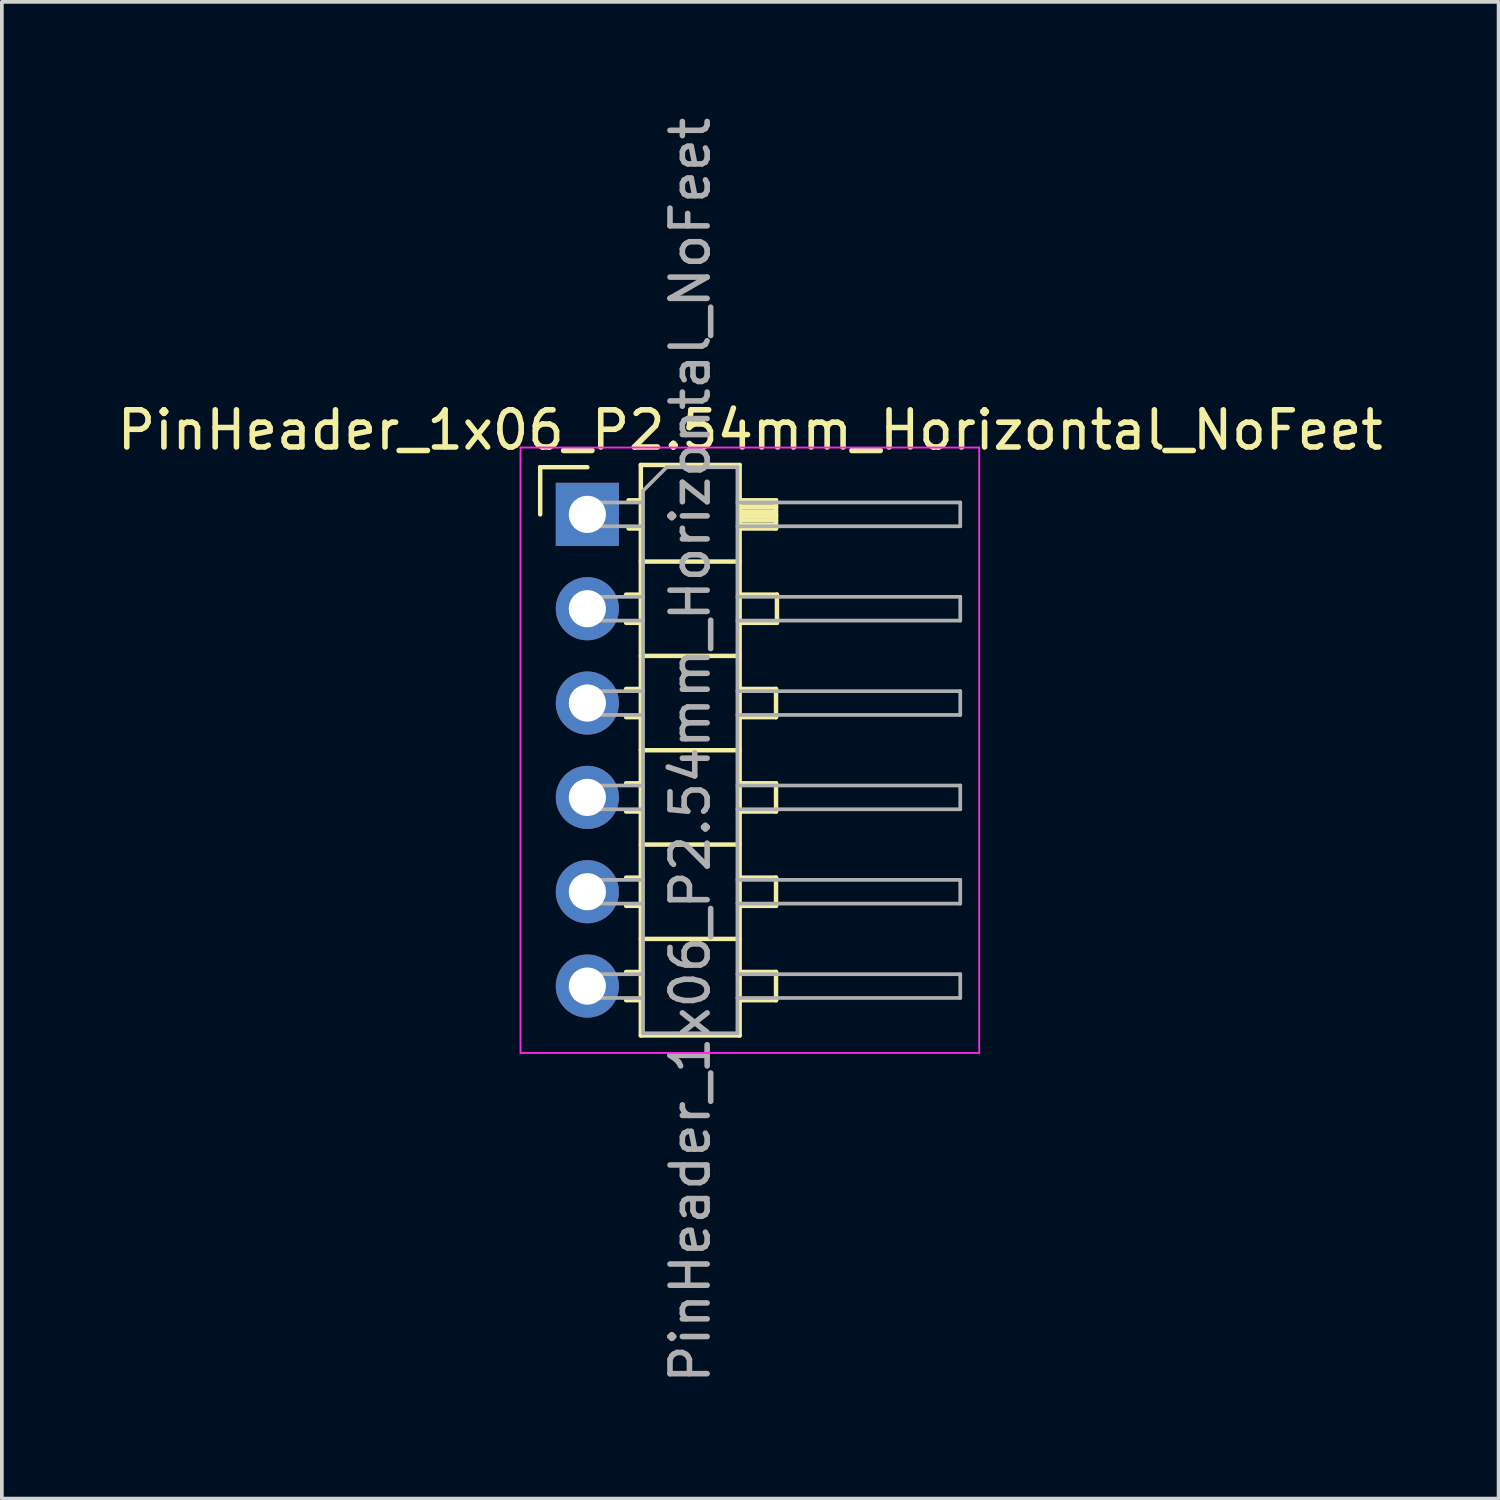
<source format=kicad_pcb>
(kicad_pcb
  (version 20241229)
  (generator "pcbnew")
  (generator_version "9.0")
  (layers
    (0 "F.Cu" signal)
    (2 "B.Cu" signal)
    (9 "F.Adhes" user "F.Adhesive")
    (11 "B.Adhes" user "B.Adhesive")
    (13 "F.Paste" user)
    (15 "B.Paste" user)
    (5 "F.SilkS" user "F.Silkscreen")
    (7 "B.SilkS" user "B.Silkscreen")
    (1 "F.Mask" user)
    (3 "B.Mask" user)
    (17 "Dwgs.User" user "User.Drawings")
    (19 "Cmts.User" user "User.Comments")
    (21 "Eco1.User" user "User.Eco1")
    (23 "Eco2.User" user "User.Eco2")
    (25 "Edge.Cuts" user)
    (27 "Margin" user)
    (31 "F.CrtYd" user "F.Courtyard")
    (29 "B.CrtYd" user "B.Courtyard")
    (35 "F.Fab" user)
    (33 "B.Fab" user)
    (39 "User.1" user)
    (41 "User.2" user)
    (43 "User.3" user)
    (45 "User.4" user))
  (footprint "PinHeader_1x06_P2.54mm_Horizontal_NoFeet"
    (layer "F.Cu")
    (at 12.764 10.799)
    (property "Reference" "PinHeader_1x06_P2.54mm_Horizontal_NoFeet" (at 4.385 -2.27 0) (layer "F.SilkS") (effects (font (size 1 1) (thickness 0.15))))
    (attr through_hole)
    (fp_line (start -1.27 -1.27) (end 0 -1.27) (stroke (width 0.12) (type solid)) (layer "F.SilkS"))
    (fp_line (start -1.27 0) (end -1.27 -1.27) (stroke (width 0.12) (type solid)) (layer "F.SilkS"))
    (fp_line (start 1.043 2.16) (end 1.44 2.16) (stroke (width 0.12) (type solid)) (layer "F.SilkS"))
    (fp_line (start 1.043 2.92) (end 1.44 2.92) (stroke (width 0.12) (type solid)) (layer "F.SilkS"))
    (fp_line (start 1.043 4.7) (end 1.44 4.7) (stroke (width 0.12) (type solid)) (layer "F.SilkS"))
    (fp_line (start 1.043 5.46) (end 1.44 5.46) (stroke (width 0.12) (type solid)) (layer "F.SilkS"))
    (fp_line (start 1.043 7.24) (end 1.44 7.24) (stroke (width 0.12) (type solid)) (layer "F.SilkS"))
    (fp_line (start 1.043 8) (end 1.44 8) (stroke (width 0.12) (type solid)) (layer "F.SilkS"))
    (fp_line (start 1.043 9.78) (end 1.44 9.78) (stroke (width 0.12) (type solid)) (layer "F.SilkS"))
    (fp_line (start 1.043 10.54) (end 1.44 10.54) (stroke (width 0.12) (type solid)) (layer "F.SilkS"))
    (fp_line (start 1.043 12.32) (end 1.44 12.32) (stroke (width 0.12) (type solid)) (layer "F.SilkS"))
    (fp_line (start 1.043 13.08) (end 1.44 13.08) (stroke (width 0.12) (type solid)) (layer "F.SilkS"))
    (fp_line (start 1.11 -0.38) (end 1.44 -0.38) (stroke (width 0.12) (type solid)) (layer "F.SilkS"))
    (fp_line (start 1.11 0.38) (end 1.44 0.38) (stroke (width 0.12) (type solid)) (layer "F.SilkS"))
    (fp_line (start 1.44 -1.33) (end 1.44 14.03) (stroke (width 0.12) (type solid)) (layer "F.SilkS"))
    (fp_line (start 1.44 1.27) (end 4.1 1.27) (stroke (width 0.12) (type solid)) (layer "F.SilkS"))
    (fp_line (start 1.44 3.81) (end 4.1 3.81) (stroke (width 0.12) (type solid)) (layer "F.SilkS"))
    (fp_line (start 1.44 6.35) (end 4.1 6.35) (stroke (width 0.12) (type solid)) (layer "F.SilkS"))
    (fp_line (start 1.44 8.89) (end 4.1 8.89) (stroke (width 0.12) (type solid)) (layer "F.SilkS"))
    (fp_line (start 1.44 11.43) (end 4.1 11.43) (stroke (width 0.12) (type solid)) (layer "F.SilkS"))
    (fp_line (start 1.44 14.03) (end 4.1 14.03) (stroke (width 0.12) (type solid)) (layer "F.SilkS"))
    (fp_line (start 4.1 -1.33) (end 1.44 -1.33) (stroke (width 0.12) (type solid)) (layer "F.SilkS"))
    (fp_line (start 4.1 -0.38) (end 5.08 -0.38) (stroke (width 0.12) (type solid)) (layer "F.SilkS"))
    (fp_line (start 4.1 -0.32) (end 5.08 -0.32) (stroke (width 0.12) (type solid)) (layer "F.SilkS"))
    (fp_line (start 4.1 -0.2) (end 5.08 -0.2) (stroke (width 0.12) (type solid)) (layer "F.SilkS"))
    (fp_line (start 4.1 -0.08) (end 5.08 -0.08) (stroke (width 0.12) (type solid)) (layer "F.SilkS"))
    (fp_line (start 4.1 0.051) (end 5.08 0.051) (stroke (width 0.12) (type solid)) (layer "F.SilkS"))
    (fp_line (start 4.1 0.16) (end 5.08 0.16) (stroke (width 0.12) (type solid)) (layer "F.SilkS"))
    (fp_line (start 4.1 0.28) (end 5.08 0.279) (stroke (width 0.12) (type solid)) (layer "F.SilkS"))
    (fp_line (start 4.1 2.16) (end 5.105 2.16) (stroke (width 0.12) (type solid)) (layer "F.SilkS"))
    (fp_line (start 4.1 4.7) (end 5.08 4.7) (stroke (width 0.12) (type solid)) (layer "F.SilkS"))
    (fp_line (start 4.1 7.24) (end 5.08 7.24) (stroke (width 0.12) (type solid)) (layer "F.SilkS"))
    (fp_line (start 4.1 9.78) (end 5.08 9.78) (stroke (width 0.12) (type solid)) (layer "F.SilkS"))
    (fp_line (start 4.1 12.32) (end 5.08 12.32) (stroke (width 0.12) (type solid)) (layer "F.SilkS"))
    (fp_line (start 4.1 14.03) (end 4.1 -1.33) (stroke (width 0.12) (type solid)) (layer "F.SilkS"))
    (fp_line (start 4.115 0) (end 5.08 0) (stroke (width 0.12) (type solid)) (layer "F.SilkS"))
    (fp_line (start 5.08 -0.38) (end 5.08 0.38) (stroke (width 0.12) (type solid)) (layer "F.SilkS"))
    (fp_line (start 5.08 0.38) (end 4.1 0.38) (stroke (width 0.12) (type solid)) (layer "F.SilkS"))
    (fp_line (start 5.08 4.7) (end 5.08 5.46) (stroke (width 0.12) (type solid)) (layer "F.SilkS"))
    (fp_line (start 5.08 5.46) (end 4.1 5.46) (stroke (width 0.12) (type solid)) (layer "F.SilkS"))
    (fp_line (start 5.08 7.24) (end 5.08 8) (stroke (width 0.12) (type solid)) (layer "F.SilkS"))
    (fp_line (start 5.08 8) (end 4.1 8) (stroke (width 0.12) (type solid)) (layer "F.SilkS"))
    (fp_line (start 5.08 9.78) (end 5.08 10.54) (stroke (width 0.12) (type solid)) (layer "F.SilkS"))
    (fp_line (start 5.08 10.54) (end 4.1 10.54) (stroke (width 0.12) (type solid)) (layer "F.SilkS"))
    (fp_line (start 5.08 12.32) (end 5.08 13.08) (stroke (width 0.12) (type solid)) (layer "F.SilkS"))
    (fp_line (start 5.08 13.08) (end 4.1 13.08) (stroke (width 0.12) (type solid)) (layer "F.SilkS"))
    (fp_line (start 5.105 2.16) (end 5.105 2.92) (stroke (width 0.12) (type solid)) (layer "F.SilkS"))
    (fp_line (start 5.105 2.92) (end 4.1 2.92) (stroke (width 0.12) (type solid)) (layer "F.SilkS"))
    (fp_line (start -1.8 -1.8) (end -1.8 14.5) (stroke (width 0.05) (type solid)) (layer "F.CrtYd"))
    (fp_line (start -1.8 14.5) (end 10.55 14.5) (stroke (width 0.05) (type solid)) (layer "F.CrtYd"))
    (fp_line (start 10.55 -1.8) (end -1.8 -1.8) (stroke (width 0.05) (type solid)) (layer "F.CrtYd"))
    (fp_line (start 10.55 14.5) (end 10.55 -1.8) (stroke (width 0.05) (type solid)) (layer "F.CrtYd"))
    (fp_line (start -0.32 -0.32) (end -0.32 0.32) (stroke (width 0.1) (type solid)) (layer "F.Fab"))
    (fp_line (start -0.32 -0.32) (end 1.5 -0.32) (stroke (width 0.1) (type solid)) (layer "F.Fab"))
    (fp_line (start -0.32 0.32) (end 1.5 0.32) (stroke (width 0.1) (type solid)) (layer "F.Fab"))
    (fp_line (start -0.32 2.22) (end -0.32 2.86) (stroke (width 0.1) (type solid)) (layer "F.Fab"))
    (fp_line (start -0.32 2.22) (end 1.5 2.22) (stroke (width 0.1) (type solid)) (layer "F.Fab"))
    (fp_line (start -0.32 2.86) (end 1.5 2.86) (stroke (width 0.1) (type solid)) (layer "F.Fab"))
    (fp_line (start -0.32 4.76) (end -0.32 5.4) (stroke (width 0.1) (type solid)) (layer "F.Fab"))
    (fp_line (start -0.32 4.76) (end 1.5 4.76) (stroke (width 0.1) (type solid)) (layer "F.Fab"))
    (fp_line (start -0.32 5.4) (end 1.5 5.4) (stroke (width 0.1) (type solid)) (layer "F.Fab"))
    (fp_line (start -0.32 7.3) (end -0.32 7.94) (stroke (width 0.1) (type solid)) (layer "F.Fab"))
    (fp_line (start -0.32 7.3) (end 1.5 7.3) (stroke (width 0.1) (type solid)) (layer "F.Fab"))
    (fp_line (start -0.32 7.94) (end 1.5 7.94) (stroke (width 0.1) (type solid)) (layer "F.Fab"))
    (fp_line (start -0.32 9.84) (end -0.32 10.48) (stroke (width 0.1) (type solid)) (layer "F.Fab"))
    (fp_line (start -0.32 9.84) (end 1.5 9.84) (stroke (width 0.1) (type solid)) (layer "F.Fab"))
    (fp_line (start -0.32 10.48) (end 1.5 10.48) (stroke (width 0.1) (type solid)) (layer "F.Fab"))
    (fp_line (start -0.32 12.38) (end -0.32 13.02) (stroke (width 0.1) (type solid)) (layer "F.Fab"))
    (fp_line (start -0.32 12.38) (end 1.5 12.38) (stroke (width 0.1) (type solid)) (layer "F.Fab"))
    (fp_line (start -0.32 13.02) (end 1.5 13.02) (stroke (width 0.1) (type solid)) (layer "F.Fab"))
    (fp_line (start 1.5 -0.635) (end 2.135 -1.27) (stroke (width 0.1) (type solid)) (layer "F.Fab"))
    (fp_line (start 1.5 13.97) (end 1.5 -0.635) (stroke (width 0.1) (type solid)) (layer "F.Fab"))
    (fp_line (start 2.135 -1.27) (end 4.04 -1.27) (stroke (width 0.1) (type solid)) (layer "F.Fab"))
    (fp_line (start 4.04 -1.27) (end 4.04 13.97) (stroke (width 0.1) (type solid)) (layer "F.Fab"))
    (fp_line (start 4.04 -0.32) (end 10.04 -0.32) (stroke (width 0.1) (type solid)) (layer "F.Fab"))
    (fp_line (start 4.04 0.32) (end 10.04 0.32) (stroke (width 0.1) (type solid)) (layer "F.Fab"))
    (fp_line (start 4.04 2.22) (end 10.04 2.22) (stroke (width 0.1) (type solid)) (layer "F.Fab"))
    (fp_line (start 4.04 2.86) (end 10.04 2.86) (stroke (width 0.1) (type solid)) (layer "F.Fab"))
    (fp_line (start 4.04 4.76) (end 10.04 4.76) (stroke (width 0.1) (type solid)) (layer "F.Fab"))
    (fp_line (start 4.04 5.4) (end 10.04 5.4) (stroke (width 0.1) (type solid)) (layer "F.Fab"))
    (fp_line (start 4.04 7.3) (end 10.04 7.3) (stroke (width 0.1) (type solid)) (layer "F.Fab"))
    (fp_line (start 4.04 7.94) (end 10.04 7.94) (stroke (width 0.1) (type solid)) (layer "F.Fab"))
    (fp_line (start 4.04 9.84) (end 10.04 9.84) (stroke (width 0.1) (type solid)) (layer "F.Fab"))
    (fp_line (start 4.04 10.48) (end 10.04 10.48) (stroke (width 0.1) (type solid)) (layer "F.Fab"))
    (fp_line (start 4.04 12.38) (end 10.04 12.38) (stroke (width 0.1) (type solid)) (layer "F.Fab"))
    (fp_line (start 4.04 13.02) (end 10.04 13.02) (stroke (width 0.1) (type solid)) (layer "F.Fab"))
    (fp_line (start 4.04 13.97) (end 1.5 13.97) (stroke (width 0.1) (type solid)) (layer "F.Fab"))
    (fp_line (start 10.04 -0.32) (end 10.04 0.32) (stroke (width 0.1) (type solid)) (layer "F.Fab"))
    (fp_line (start 10.04 2.22) (end 10.04 2.86) (stroke (width 0.1) (type solid)) (layer "F.Fab"))
    (fp_line (start 10.04 4.76) (end 10.04 5.4) (stroke (width 0.1) (type solid)) (layer "F.Fab"))
    (fp_line (start 10.04 7.3) (end 10.04 7.94) (stroke (width 0.1) (type solid)) (layer "F.Fab"))
    (fp_line (start 10.04 9.84) (end 10.04 10.48) (stroke (width 0.1) (type solid)) (layer "F.Fab"))
    (fp_line (start 10.04 12.38) (end 10.04 13.02) (stroke (width 0.1) (type solid)) (layer "F.Fab"))
    (fp_text user "${REFERENCE}" (at 2.77 6.35 90) (layer "F.Fab") (effects (font (size 1 1) (thickness 0.15))))
    (pad "1" thru_hole rect (at 0 0) (size 1.7 1.7) (drill 1) (layers "*.Cu" "*.Mask"))
    (pad "2" thru_hole oval (at 0 2.54) (size 1.7 1.7) (drill 1) (layers "*.Cu" "*.Mask"))
    (pad "3" thru_hole oval (at 0 5.08) (size 1.7 1.7) (drill 1) (layers "*.Cu" "*.Mask"))
    (pad "4" thru_hole oval (at 0 7.62) (size 1.7 1.7) (drill 1) (layers "*.Cu" "*.Mask"))
    (pad "5" thru_hole oval (at 0 10.16) (size 1.7 1.7) (drill 1) (layers "*.Cu" "*.Mask"))
    (pad "6" thru_hole oval (at 0 12.7) (size 1.7 1.7) (drill 1) (layers "*.Cu" "*.Mask")))
  (gr_rect
    (start -3 -3)
    (end 37.298 37.298)
    (stroke (width 0.1) (type default))
    (fill no)
    (layer "Edge.Cuts")))
</source>
